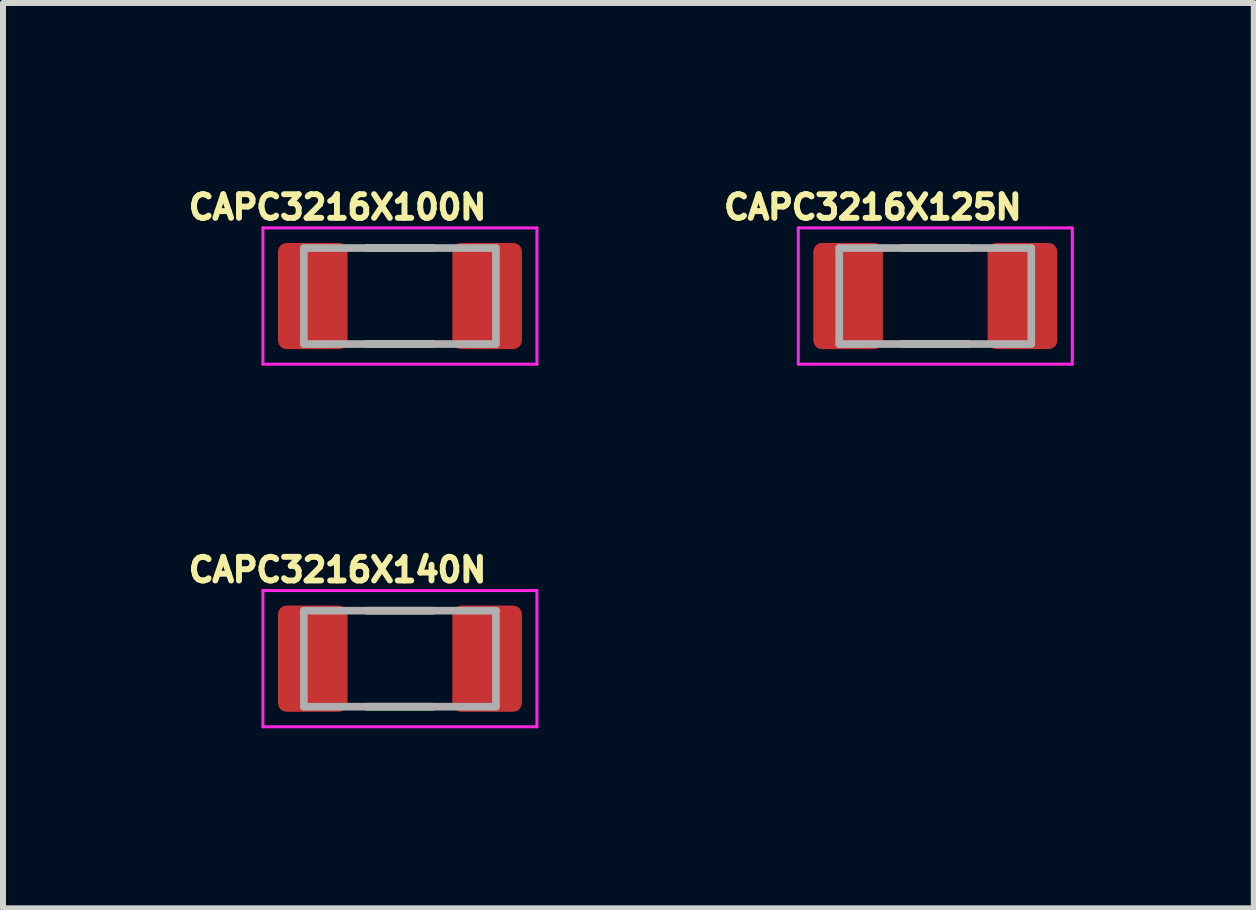
<source format=kicad_pcb>
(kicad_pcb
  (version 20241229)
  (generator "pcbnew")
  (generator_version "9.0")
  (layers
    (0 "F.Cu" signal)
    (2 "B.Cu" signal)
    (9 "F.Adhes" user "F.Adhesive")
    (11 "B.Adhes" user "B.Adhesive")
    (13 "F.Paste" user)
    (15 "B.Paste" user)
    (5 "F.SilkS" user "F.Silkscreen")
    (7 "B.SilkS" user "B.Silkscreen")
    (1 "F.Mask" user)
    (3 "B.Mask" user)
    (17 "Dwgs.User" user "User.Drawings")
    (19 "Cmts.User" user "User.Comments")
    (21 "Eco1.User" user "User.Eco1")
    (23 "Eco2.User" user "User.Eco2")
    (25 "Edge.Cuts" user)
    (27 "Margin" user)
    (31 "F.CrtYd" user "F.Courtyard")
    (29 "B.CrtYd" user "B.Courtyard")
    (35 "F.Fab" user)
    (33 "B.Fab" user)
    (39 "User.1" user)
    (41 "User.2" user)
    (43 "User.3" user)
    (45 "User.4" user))
  (footprint "CAPC3216X140N"
    (layer "F.Cu")
    (at 3.614 7.926)
    (property "Reference" "CAPC3216X140N" (at -1.04 -1.48 0) (layer "F.SilkS") (effects (font (size 0.394 0.394) (thickness 0.15))))
    (attr smd)
    (fp_line (start -0.55 -0.8) (end 0.55 -0.8) (stroke (width 0.127) (type solid)) (layer "F.SilkS"))
    (fp_line (start -0.55 0.8) (end 0.55 0.8) (stroke (width 0.127) (type solid)) (layer "F.SilkS"))
    (fp_line (start -2.283 -1.135) (end 2.283 -1.135) (stroke (width 0.05) (type solid)) (layer "F.CrtYd"))
    (fp_line (start -2.283 1.135) (end -2.283 -1.135) (stroke (width 0.05) (type solid)) (layer "F.CrtYd"))
    (fp_line (start -2.283 1.135) (end 2.283 1.135) (stroke (width 0.05) (type solid)) (layer "F.CrtYd"))
    (fp_line (start 2.283 1.135) (end 2.283 -1.135) (stroke (width 0.05) (type solid)) (layer "F.CrtYd"))
    (fp_line (start -1.6 0.8) (end -1.6 -0.8) (stroke (width 0.127) (type solid)) (layer "F.Fab"))
    (fp_line (start 1.6 -0.8) (end -1.6 -0.8) (stroke (width 0.127) (type solid)) (layer "F.Fab"))
    (fp_line (start 1.6 0.8) (end -1.6 0.8) (stroke (width 0.127) (type solid)) (layer "F.Fab"))
    (fp_line (start 1.6 0.8) (end 1.6 -0.8) (stroke (width 0.127) (type solid)) (layer "F.Fab"))
    (pad "1" smd roundrect (at -1.453 0) (size 1.16 1.77) (layers "F.Cu" "F.Mask" "F.Paste") (roundrect_rratio 0.125))
    (pad "2" smd roundrect (at 1.453 0) (size 1.16 1.77) (layers "F.Cu" "F.Mask" "F.Paste") (roundrect_rratio 0.125)))
  (footprint "CAPC3216X100N"
    (layer "F.Cu")
    (at 3.614 1.883)
    (property "Reference" "CAPC3216X100N" (at -1.04 -1.48 0) (layer "F.SilkS") (effects (font (size 0.394 0.394) (thickness 0.15))))
    (attr smd)
    (fp_line (start -0.55 -0.8) (end 0.55 -0.8) (stroke (width 0.127) (type solid)) (layer "F.SilkS"))
    (fp_line (start -0.55 0.8) (end 0.55 0.8) (stroke (width 0.127) (type solid)) (layer "F.SilkS"))
    (fp_line (start -2.283 -1.135) (end 2.283 -1.135) (stroke (width 0.05) (type solid)) (layer "F.CrtYd"))
    (fp_line (start -2.283 1.135) (end -2.283 -1.135) (stroke (width 0.05) (type solid)) (layer "F.CrtYd"))
    (fp_line (start -2.283 1.135) (end 2.283 1.135) (stroke (width 0.05) (type solid)) (layer "F.CrtYd"))
    (fp_line (start 2.283 1.135) (end 2.283 -1.135) (stroke (width 0.05) (type solid)) (layer "F.CrtYd"))
    (fp_line (start -1.6 0.8) (end -1.6 -0.8) (stroke (width 0.127) (type solid)) (layer "F.Fab"))
    (fp_line (start 1.6 -0.8) (end -1.6 -0.8) (stroke (width 0.127) (type solid)) (layer "F.Fab"))
    (fp_line (start 1.6 0.8) (end -1.6 0.8) (stroke (width 0.127) (type solid)) (layer "F.Fab"))
    (fp_line (start 1.6 0.8) (end 1.6 -0.8) (stroke (width 0.127) (type solid)) (layer "F.Fab"))
    (pad "1" smd roundrect (at -1.453 0) (size 1.16 1.77) (layers "F.Cu" "F.Mask" "F.Paste") (roundrect_rratio 0.125))
    (pad "2" smd roundrect (at 1.453 0) (size 1.16 1.77) (layers "F.Cu" "F.Mask" "F.Paste") (roundrect_rratio 0.125)))
  (footprint "CAPC3216X125N"
    (layer "F.Cu")
    (at 12.535 1.883)
    (property "Reference" "CAPC3216X125N" (at -1.04 -1.48 0) (layer "F.SilkS") (effects (font (size 0.394 0.394) (thickness 0.15))))
    (attr smd)
    (fp_line (start -0.55 -0.8) (end 0.55 -0.8) (stroke (width 0.127) (type solid)) (layer "F.SilkS"))
    (fp_line (start -0.55 0.8) (end 0.55 0.8) (stroke (width 0.127) (type solid)) (layer "F.SilkS"))
    (fp_line (start -2.283 -1.135) (end 2.283 -1.135) (stroke (width 0.05) (type solid)) (layer "F.CrtYd"))
    (fp_line (start -2.283 1.135) (end -2.283 -1.135) (stroke (width 0.05) (type solid)) (layer "F.CrtYd"))
    (fp_line (start -2.283 1.135) (end 2.283 1.135) (stroke (width 0.05) (type solid)) (layer "F.CrtYd"))
    (fp_line (start 2.283 1.135) (end 2.283 -1.135) (stroke (width 0.05) (type solid)) (layer "F.CrtYd"))
    (fp_line (start -1.6 0.8) (end -1.6 -0.8) (stroke (width 0.127) (type solid)) (layer "F.Fab"))
    (fp_line (start 1.6 -0.8) (end -1.6 -0.8) (stroke (width 0.127) (type solid)) (layer "F.Fab"))
    (fp_line (start 1.6 0.8) (end -1.6 0.8) (stroke (width 0.127) (type solid)) (layer "F.Fab"))
    (fp_line (start 1.6 0.8) (end 1.6 -0.8) (stroke (width 0.127) (type solid)) (layer "F.Fab"))
    (pad "1" smd roundrect (at -1.453 0) (size 1.16 1.77) (layers "F.Cu" "F.Mask" "F.Paste") (roundrect_rratio 0.125))
    (pad "2" smd roundrect (at 1.453 0) (size 1.16 1.77) (layers "F.Cu" "F.Mask" "F.Paste") (roundrect_rratio 0.125)))
  (gr_rect
    (start -3 -3)
    (end 17.843 12.086)
    (stroke (width 0.1) (type default))
    (fill no)
    (layer "Edge.Cuts")))
</source>
